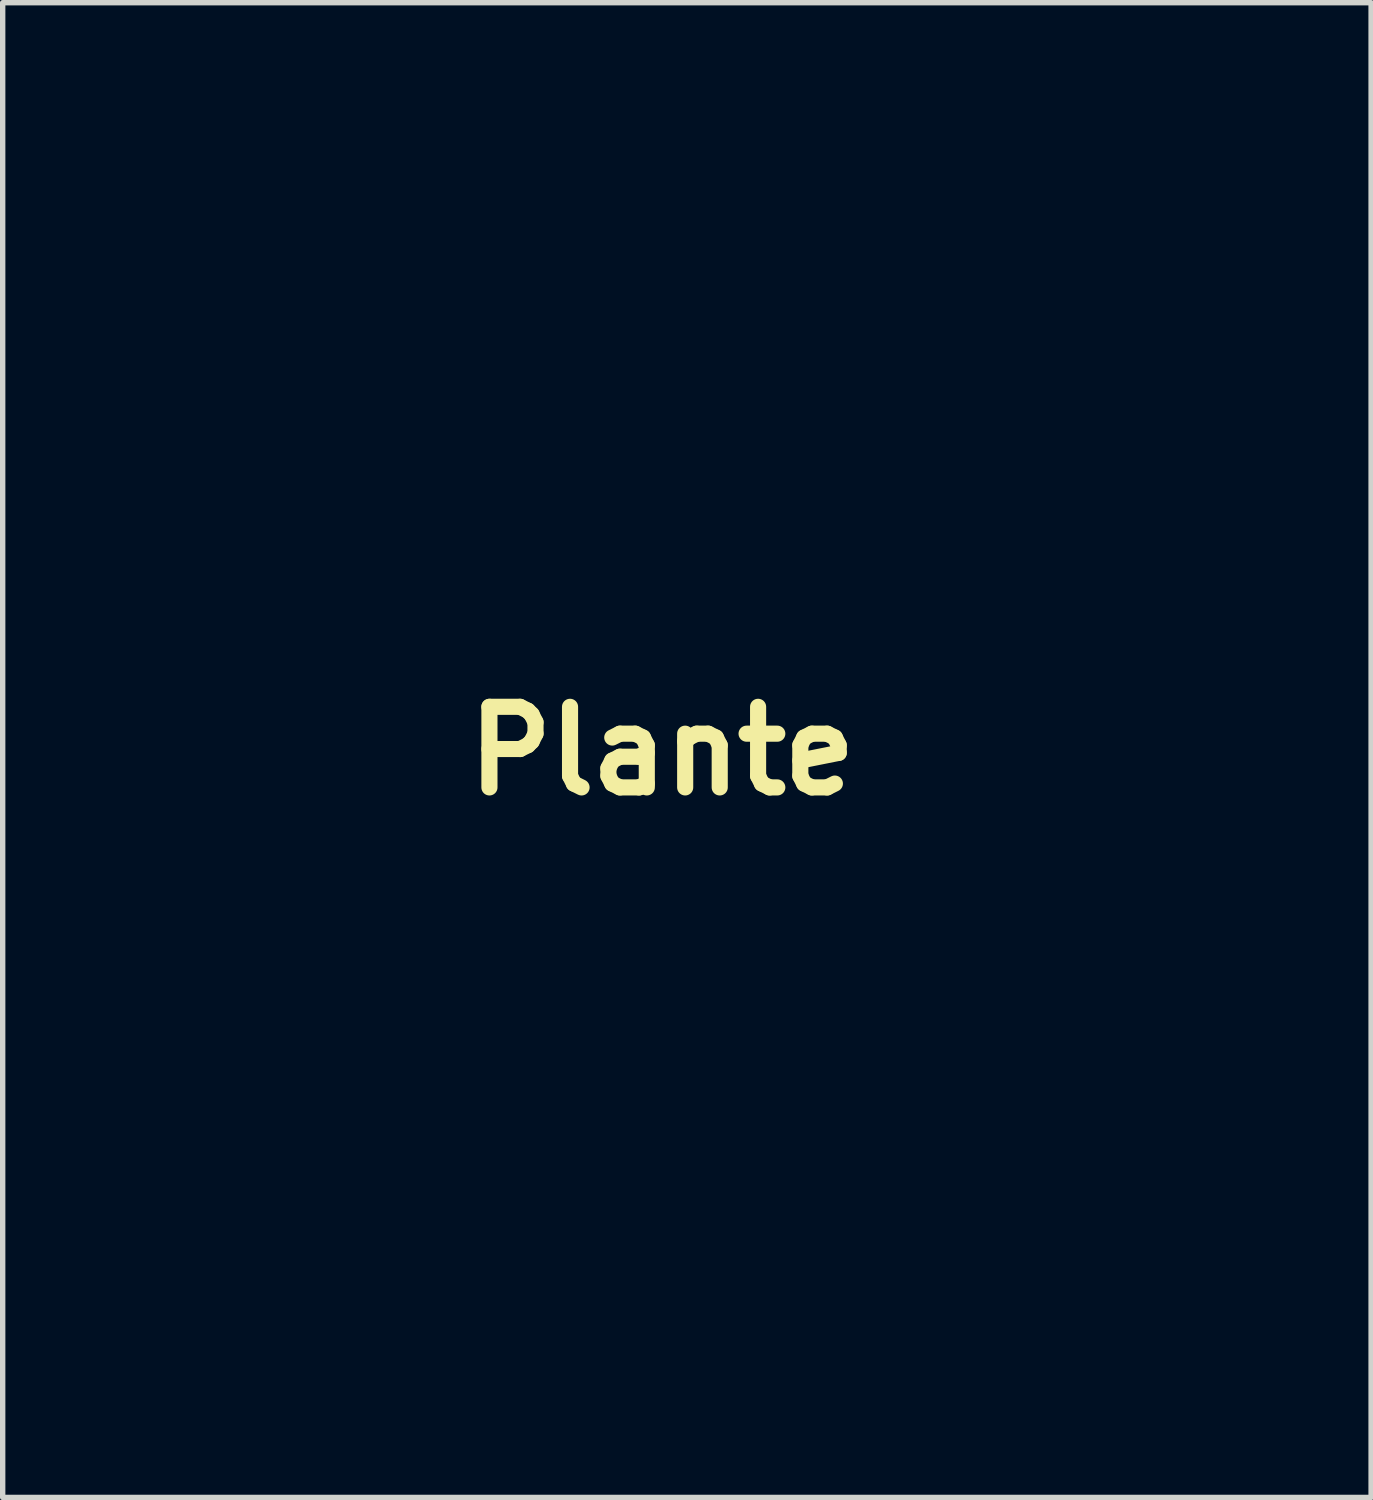
<source format=kicad_pcb>
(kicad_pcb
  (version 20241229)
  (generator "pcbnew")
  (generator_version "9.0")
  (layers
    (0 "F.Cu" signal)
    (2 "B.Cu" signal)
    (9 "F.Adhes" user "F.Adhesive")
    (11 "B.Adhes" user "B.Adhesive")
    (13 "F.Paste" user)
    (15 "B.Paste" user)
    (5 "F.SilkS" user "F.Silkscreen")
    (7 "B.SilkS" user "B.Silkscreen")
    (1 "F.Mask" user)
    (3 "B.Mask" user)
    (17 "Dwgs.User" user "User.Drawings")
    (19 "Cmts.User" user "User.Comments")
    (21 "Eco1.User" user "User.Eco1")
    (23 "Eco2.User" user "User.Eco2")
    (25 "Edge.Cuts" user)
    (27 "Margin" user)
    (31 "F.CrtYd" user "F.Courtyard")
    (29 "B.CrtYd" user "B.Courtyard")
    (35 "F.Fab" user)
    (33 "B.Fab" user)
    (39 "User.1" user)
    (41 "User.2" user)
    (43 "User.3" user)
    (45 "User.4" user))
  (footprint "Plante"
    (layer "F.Cu")
    (at 9.273 10.926)
    (property "Reference" "Plante" (at 0 0 0) (layer "F.SilkS") (effects (font (size 1.5 1.5) (thickness 0.3))))
    (attr board_only exclude_from_pos_files exclude_from_bom)
    (fp_poly (pts (xy 1.581 -4.195) (xy 1.584 -4.164) (xy 1.581 -4.161) (xy 1.565 -4.164) (xy 1.563 -4.178) (xy 1.573 -4.199)) (stroke (width 0) (type solid)) (fill yes) (layer "F.Mask"))
    (fp_poly (pts (xy 5.81 0.726) (xy 5.806 0.741) (xy 5.793 0.743) (xy 5.771 0.734) (xy 5.775 0.726) (xy 5.806 0.723)) (stroke (width 0) (type solid)) (fill yes) (layer "F.Mask"))
    (fp_poly (pts (xy 1.607 -4.351) (xy 1.611 -4.286) (xy 1.607 -4.261) (xy 1.599 -4.253) (xy 1.595 -4.289) (xy 1.595 -4.306) (xy 1.598 -4.353) (xy 1.604 -4.358)) (stroke (width 0) (type solid)) (fill yes) (layer "F.Mask"))
    (fp_poly (pts (xy 1.631 -4.509) (xy 1.632 -4.504) (xy 1.636 -4.448) (xy 1.632 -4.427) (xy 1.623 -4.426) (xy 1.62 -4.466) (xy 1.62 -4.473) (xy 1.623 -4.512)) (stroke (width 0) (type solid)) (fill yes) (layer "F.Mask"))
    (fp_poly (pts (xy 5.377 -2.941) (xy 5.375 -2.915) (xy 5.343 -2.862) (xy 5.329 -2.843) (xy 5.272 -2.782) (xy 5.22 -2.77) (xy 5.194 -2.786) (xy 5.198 -2.813) (xy 5.23 -2.857) (xy 5.275 -2.903) (xy 5.321 -2.938) (xy 5.349 -2.948)) (stroke (width 0) (type solid)) (fill yes) (layer "F.Mask"))
    (fp_poly (pts (xy 5.69 0.791) (xy 5.642 0.82) (xy 5.619 0.833) (xy 5.544 0.873) (xy 5.449 0.926) (xy 5.379 0.966) (xy 5.291 1.017) (xy 5.237 1.043) (xy 5.211 1.048) (xy 5.204 1.034) (xy 5.204 1.032) (xy 5.225 1.014) (xy 5.281 0.98) (xy 5.361 0.936) (xy 5.452 0.889) (xy 5.543 0.843) (xy 5.623 0.805) (xy 5.681 0.78) (xy 5.705 0.775)) (stroke (width 0) (type solid)) (fill yes) (layer "F.Mask"))
    (fp_poly (pts (xy 2.07 1.964) (xy 2.126 2.004) (xy 2.163 2.033) (xy 2.262 2.117) (xy 2.164 2.295) (xy 2.102 2.408) (xy 2.035 2.53) (xy 1.981 2.627) (xy 1.926 2.727) (xy 1.873 2.827) (xy 1.84 2.89) (xy 1.804 2.954) (xy 1.776 2.993) (xy 1.767 2.999) (xy 1.76 2.975) (xy 1.754 2.91) (xy 1.749 2.814) (xy 1.747 2.705) (xy 1.743 2.411) (xy 1.875 2.179) (xy 1.932 2.083) (xy 1.983 2.007) (xy 2.02 1.959) (xy 2.035 1.948)) (stroke (width 0) (type solid)) (fill yes) (layer "F.Mask"))
    (fp_poly (pts (xy 6.408 -4.043) (xy 6.381 -4.006) (xy 6.328 -3.945) (xy 6.252 -3.863) (xy 6.156 -3.761) (xy 6.141 -3.746) (xy 6.037 -3.639) (xy 5.937 -3.533) (xy 5.85 -3.441) (xy 5.786 -3.371) (xy 5.774 -3.358) (xy 5.702 -3.276) (xy 5.63 -3.194) (xy 5.596 -3.155) (xy 5.54 -3.101) (xy 5.507 -3.091) (xy 5.5 -3.098) (xy 5.507 -3.133) (xy 5.551 -3.199) (xy 5.63 -3.293) (xy 5.741 -3.414) (xy 5.881 -3.558) (xy 6.049 -3.723) (xy 6.242 -3.906) (xy 6.312 -3.971) (xy 6.376 -4.028) (xy 6.407 -4.051)) (stroke (width 0) (type solid)) (fill yes) (layer "F.Mask"))
    (fp_poly (pts (xy 1.561 -4.059) (xy 1.558 -4.008) (xy 1.547 -3.924) (xy 1.53 -3.822) (xy 1.527 -3.803) (xy 1.507 -3.687) (xy 1.483 -3.544) (xy 1.46 -3.395) (xy 1.448 -3.319) (xy 1.427 -3.178) (xy 1.403 -3.031) (xy 1.38 -2.901) (xy 1.37 -2.842) (xy 1.352 -2.739) (xy 1.339 -2.647) (xy 1.333 -2.585) (xy 1.333 -2.581) (xy 1.323 -2.526) (xy 1.301 -2.495) (xy 1.276 -2.501) (xy 1.272 -2.506) (xy 1.271 -2.539) (xy 1.279 -2.609) (xy 1.294 -2.701) (xy 1.297 -2.718) (xy 1.314 -2.81) (xy 1.338 -2.938) (xy 1.366 -3.09) (xy 1.395 -3.251) (xy 1.412 -3.345) (xy 1.455 -3.586) (xy 1.491 -3.777) (xy 1.519 -3.919) (xy 1.54 -4.015) (xy 1.553 -4.063) (xy 1.56 -4.067)) (stroke (width 0) (type solid)) (fill yes) (layer "F.Mask"))
    (fp_poly (pts (xy -0.116 -6.043) (xy -0.102 -6.022) (xy -0.091 -5.979) (xy -0.08 -5.906) (xy -0.069 -5.798) (xy -0.056 -5.647) (xy -0.052 -5.6) (xy -0.039 -5.443) (xy -0.025 -5.275) (xy -0.011 -5.117) (xy -0.001 -5.011) (xy 0.015 -4.827) (xy 0.031 -4.627) (xy 0.047 -4.416) (xy 0.062 -4.201) (xy 0.076 -3.988) (xy 0.089 -3.784) (xy 0.099 -3.595) (xy 0.107 -3.427) (xy 0.113 -3.287) (xy 0.116 -3.181) (xy 0.115 -3.115) (xy 0.112 -3.096) (xy 0.079 -3.079) (xy 0.05 -3.076) (xy 0.016 -3.086) (xy 0.002 -3.125) (xy -0.001 -3.172) (xy -0.003 -3.285) (xy -0.009 -3.442) (xy -0.017 -3.634) (xy -0.027 -3.855) (xy -0.038 -4.097) (xy -0.051 -4.351) (xy -0.065 -4.611) (xy -0.079 -4.868) (xy -0.093 -5.116) (xy -0.107 -5.346) (xy -0.12 -5.55) (xy -0.132 -5.722) (xy -0.143 -5.853) (xy -0.144 -5.863) (xy -0.15 -5.97) (xy -0.146 -6.031) (xy -0.132 -6.049)) (stroke (width 0) (type solid)) (fill yes) (layer "F.Mask"))
    (fp_poly (pts (xy -2.093 2.033) (xy -2.068 2.087) (xy -2.042 2.183) (xy -2.027 2.252) (xy -2 2.37) (xy -1.976 2.478) (xy -1.956 2.562) (xy -1.949 2.589) (xy -1.936 2.646) (xy -1.918 2.736) (xy -1.893 2.863) (xy -1.862 3.03) (xy -1.824 3.241) (xy -1.782 3.473) (xy -1.761 3.595) (xy -1.737 3.742) (xy -1.713 3.888) (xy -1.706 3.934) (xy -1.687 4.054) (xy -1.663 4.208) (xy -1.636 4.377) (xy -1.609 4.546) (xy -1.6 4.601) (xy -1.558 4.871) (xy -1.525 5.093) (xy -1.501 5.266) (xy -1.487 5.39) (xy -1.483 5.463) (xy -1.484 5.476) (xy -1.508 5.491) (xy -1.567 5.5) (xy -1.645 5.504) (xy -1.725 5.502) (xy -1.792 5.494) (xy -1.822 5.484) (xy -1.838 5.451) (xy -1.854 5.378) (xy -1.868 5.277) (xy -1.874 5.225) (xy -1.916 4.758) (xy -1.959 4.335) (xy -2.003 3.946) (xy -2.048 3.583) (xy -2.097 3.239) (xy -2.149 2.904) (xy -2.207 2.571) (xy -2.208 2.566) (xy -2.288 2.12) (xy -2.227 2.074) (xy -2.167 2.032) (xy -2.124 2.017)) (stroke (width 0) (type solid)) (fill yes) (layer "F.Mask"))
    (fp_poly (pts (xy 0.499 1.027) (xy 0.603 1.041) (xy 0.693 1.061) (xy 0.718 1.069) (xy 0.852 1.13) (xy 0.974 1.213) (xy 1.093 1.327) (xy 1.206 1.461) (xy 1.392 1.722) (xy 1.53 1.979) (xy 1.623 2.239) (xy 1.674 2.51) (xy 1.686 2.798) (xy 1.686 2.802) (xy 1.683 2.924) (xy 1.679 3.001) (xy 1.674 3.038) (xy 1.666 3.042) (xy 1.653 3.018) (xy 1.642 2.989) (xy 1.61 2.921) (xy 1.578 2.873) (xy 1.572 2.867) (xy 1.536 2.853) (xy 1.459 2.834) (xy 1.352 2.811) (xy 1.225 2.788) (xy 1.178 2.78) (xy 1.029 2.754) (xy 0.917 2.731) (xy 0.829 2.707) (xy 0.752 2.677) (xy 0.671 2.637) (xy 0.602 2.599) (xy 0.47 2.515) (xy 0.333 2.409) (xy 0.202 2.292) (xy 0.088 2.175) (xy 0.001 2.066) (xy -0.033 2.011) (xy -0.064 1.931) (xy -0.093 1.828) (xy -0.107 1.759) (xy -0.133 1.587) (xy -0.147 1.46) (xy -0.147 1.371) (xy -0.132 1.312) (xy -0.098 1.277) (xy -0.044 1.261) (xy 0.033 1.256) (xy 0.065 1.256) (xy 0.231 1.256) (xy 0.231 1.155) (xy 0.237 1.086) (xy 0.254 1.041) (xy 0.259 1.036) (xy 0.31 1.024) (xy 0.396 1.021)) (stroke (width 0) (type solid)) (fill yes) (layer "F.Mask"))
    (fp_poly (pts (xy -4.205 -4.201) (xy -4.204 -4.158) (xy -4.204 -4.136) (xy -4.184 -3.99) (xy -4.129 -3.835) (xy -4.061 -3.711) (xy -4.025 -3.642) (xy -4.002 -3.577) (xy -3.997 -3.528) (xy -4.011 -3.511) (xy -4.049 -3.504) (xy -4.123 -3.484) (xy -4.224 -3.455) (xy -4.337 -3.42) (xy -4.453 -3.384) (xy -4.559 -3.349) (xy -4.643 -3.32) (xy -4.69 -3.302) (xy -4.773 -3.256) (xy -4.845 -3.199) (xy -4.864 -3.178) (xy -4.912 -3.089) (xy -4.947 -2.964) (xy -4.967 -2.822) (xy -4.968 -2.704) (xy -4.967 -2.625) (xy -4.979 -2.58) (xy -5.009 -2.553) (xy -5.025 -2.544) (xy -5.092 -2.52) (xy -5.14 -2.512) (xy -5.187 -2.505) (xy -5.269 -2.486) (xy -5.371 -2.46) (xy -5.42 -2.446) (xy -5.724 -2.333) (xy -5.995 -2.182) (xy -6.235 -1.99) (xy -6.443 -1.758) (xy -6.622 -1.484) (xy -6.638 -1.454) (xy -6.746 -1.255) (xy -7.032 -1.275) (xy -7.173 -1.282) (xy -7.344 -1.289) (xy -7.522 -1.293) (xy -7.676 -1.294) (xy -7.827 -1.293) (xy -7.937 -1.289) (xy -8.014 -1.282) (xy -8.071 -1.269) (xy -8.115 -1.251) (xy -8.121 -1.247) (xy -8.207 -1.201) (xy -8.189 -1.337) (xy -8.158 -1.544) (xy -8.121 -1.763) (xy -8.08 -1.986) (xy -8.036 -2.205) (xy -7.991 -2.413) (xy -7.946 -2.6) (xy -7.905 -2.758) (xy -7.867 -2.878) (xy -7.846 -2.934) (xy -7.812 -3.005) (xy -7.783 -3.039) (xy -7.748 -3.046) (xy -7.721 -3.042) (xy -7.673 -3.031) (xy -7.584 -3.011) (xy -7.467 -2.984) (xy -7.331 -2.952) (xy -7.253 -2.934) (xy -6.952 -2.873) (xy -6.688 -2.841) (xy -6.458 -2.838) (xy -6.258 -2.864) (xy -6.19 -2.882) (xy -5.891 -2.969) (xy -5.636 -3.047) (xy -5.421 -3.117) (xy -5.242 -3.181) (xy -5.092 -3.243) (xy -4.967 -3.304) (xy -4.863 -3.367) (xy -4.774 -3.435) (xy -4.696 -3.51) (xy -4.623 -3.595) (xy -4.551 -3.691) (xy -4.527 -3.725) (xy -4.455 -3.83) (xy -4.389 -3.929) (xy -4.338 -4.009) (xy -4.316 -4.047) (xy -4.262 -4.142) (xy -4.229 -4.197) (xy -4.212 -4.216)) (stroke (width 0) (type solid)) (fill yes) (layer "F.Mask"))
    (fp_poly (pts (xy 8.096 -5.462) (xy 8.205 -5.455) (xy 8.395 -5.434) (xy 8.561 -5.405) (xy 8.715 -5.363) (xy 8.866 -5.303) (xy 9.027 -5.222) (xy 9.207 -5.115) (xy 9.368 -5.011) (xy 9.517 -4.915) (xy 9.63 -4.844) (xy 9.716 -4.795) (xy 9.781 -4.764) (xy 9.832 -4.747) (xy 9.878 -4.742) (xy 9.886 -4.742) (xy 9.944 -4.754) (xy 10.016 -4.786) (xy 10.084 -4.827) (xy 10.134 -4.868) (xy 10.15 -4.896) (xy 10.17 -4.92) (xy 10.177 -4.921) (xy 10.194 -4.904) (xy 10.181 -4.855) (xy 10.14 -4.782) (xy 10.077 -4.691) (xy 9.996 -4.586) (xy 9.901 -4.476) (xy 9.797 -4.365) (xy 9.753 -4.323) (xy 9.526 -4.123) (xy 9.279 -3.942) (xy 9.026 -3.79) (xy 8.777 -3.671) (xy 8.625 -3.616) (xy 8.524 -3.585) (xy 8.431 -3.557) (xy 8.368 -3.537) (xy 8.223 -3.501) (xy 8.05 -3.473) (xy 7.862 -3.453) (xy 7.671 -3.443) (xy 7.489 -3.442) (xy 7.328 -3.451) (xy 7.201 -3.471) (xy 7.163 -3.482) (xy 7.032 -3.537) (xy 6.894 -3.614) (xy 6.759 -3.703) (xy 6.64 -3.797) (xy 6.547 -3.887) (xy 6.499 -3.953) (xy 6.467 -4.049) (xy 6.479 -4.14) (xy 6.538 -4.237) (xy 6.549 -4.25) (xy 6.593 -4.315) (xy 6.611 -4.37) (xy 6.602 -4.402) (xy 6.581 -4.407) (xy 6.525 -4.406) (xy 6.477 -4.427) (xy 6.419 -4.478) (xy 6.395 -4.504) (xy 6.335 -4.571) (xy 6.31 -4.619) (xy 6.316 -4.662) (xy 6.342 -4.707) (xy 6.375 -4.739) (xy 6.428 -4.766) (xy 6.508 -4.791) (xy 6.621 -4.814) (xy 6.773 -4.838) (xy 6.94 -4.859) (xy 7.096 -4.877) (xy 7.215 -4.886) (xy 7.311 -4.886) (xy 7.396 -4.879) (xy 7.45 -4.871) (xy 7.617 -4.833) (xy 7.743 -4.778) (xy 7.839 -4.701) (xy 7.913 -4.591) (xy 7.972 -4.458) (xy 8.019 -4.351) (xy 8.063 -4.294) (xy 8.105 -4.284) (xy 8.131 -4.301) (xy 8.142 -4.343) (xy 8.14 -4.427) (xy 8.126 -4.546) (xy 8.101 -4.692) (xy 8.065 -4.859) (xy 8.062 -4.87) (xy 8.016 -5.068) (xy 7.982 -5.221) (xy 7.961 -5.331) (xy 7.951 -5.403) (xy 7.953 -5.44) (xy 7.953 -5.442) (xy 7.971 -5.457) (xy 8.016 -5.464)) (stroke (width 0) (type solid)) (fill yes) (layer "F.Mask"))
    (fp_poly (pts (xy -2.125 0.159) (xy -2.01 0.166) (xy -1.9 0.179) (xy -1.826 0.197) (xy -1.775 0.224) (xy -1.751 0.246) (xy -1.69 0.307) (xy -1.741 0.406) (xy -1.771 0.487) (xy -1.76 0.538) (xy -1.708 0.561) (xy -1.667 0.564) (xy -1.578 0.575) (xy -1.482 0.602) (xy -1.398 0.638) (xy -1.345 0.676) (xy -1.342 0.68) (xy -1.319 0.719) (xy -1.311 0.762) (xy -1.319 0.82) (xy -1.344 0.903) (xy -1.39 1.022) (xy -1.392 1.028) (xy -1.438 1.144) (xy -1.482 1.259) (xy -1.518 1.353) (xy -1.525 1.371) (xy -1.605 1.519) (xy -1.735 1.665) (xy -1.91 1.807) (xy -2.13 1.942) (xy -2.391 2.069) (xy -2.399 2.072) (xy -2.61 2.156) (xy -2.794 2.212) (xy -2.966 2.242) (xy -3.14 2.25) (xy -3.252 2.245) (xy -3.476 2.229) (xy -3.655 2.217) (xy -3.793 2.21) (xy -3.898 2.208) (xy -3.975 2.212) (xy -4.029 2.223) (xy -4.066 2.242) (xy -4.093 2.27) (xy -4.114 2.307) (xy -4.135 2.355) (xy -4.143 2.372) (xy -4.178 2.446) (xy -4.204 2.497) (xy -4.215 2.512) (xy -4.218 2.489) (xy -4.217 2.43) (xy -4.214 2.384) (xy -4.187 2.193) (xy -4.133 1.975) (xy -4.11 1.907) (xy -3.814 1.907) (xy -3.793 1.906) (xy -3.733 1.872) (xy -3.637 1.805) (xy -3.503 1.703) (xy -3.473 1.679) (xy -3.287 1.534) (xy -3.089 1.385) (xy -2.887 1.237) (xy -2.686 1.095) (xy -2.494 0.962) (xy -2.315 0.843) (xy -2.158 0.743) (xy -2.028 0.666) (xy -1.931 0.616) (xy -1.93 0.616) (xy -1.865 0.578) (xy -1.835 0.544) (xy -1.843 0.522) (xy -1.89 0.519) (xy -1.913 0.524) (xy -2.059 0.575) (xy -2.235 0.663) (xy -2.44 0.784) (xy -2.668 0.938) (xy -2.918 1.121) (xy -3.187 1.331) (xy -3.47 1.568) (xy -3.51 1.602) (xy -3.645 1.722) (xy -3.741 1.814) (xy -3.797 1.876) (xy -3.814 1.907) (xy -4.11 1.907) (xy -4.058 1.746) (xy -3.966 1.518) (xy -3.863 1.307) (xy -3.757 1.128) (xy -3.638 0.976) (xy -3.483 0.813) (xy -3.303 0.647) (xy -3.11 0.49) (xy -2.913 0.35) (xy -2.758 0.255) (xy -2.663 0.207) (xy -2.576 0.179) (xy -2.474 0.164) (xy -2.408 0.159) (xy -2.274 0.156)) (stroke (width 0) (type solid)) (fill yes) (layer "F.Mask"))
    (fp_poly (pts (xy 1.928 -1.311) (xy 2.049 -1.307) (xy 2.202 -1.083) (xy 2.301 -0.948) (xy 2.404 -0.831) (xy 2.519 -0.727) (xy 2.655 -0.629) (xy 2.82 -0.531) (xy 3.022 -0.426) (xy 3.109 -0.384) (xy 3.25 -0.318) (xy 3.399 -0.253) (xy 3.538 -0.195) (xy 3.643 -0.155) (xy 3.787 -0.107) (xy 3.922 -0.066) (xy 4.059 -0.032) (xy 4.209 -0.000064) (xy 4.384 0.031) (xy 4.593 0.063) (xy 4.69 0.077) (xy 4.785 0.093) (xy 4.858 0.108) (xy 4.897 0.121) (xy 4.899 0.123) (xy 4.914 0.157) (xy 4.941 0.23) (xy 4.974 0.334) (xy 5.012 0.459) (xy 5.046 0.577) (xy 5.098 0.8) (xy 5.135 1.043) (xy 5.156 1.294) (xy 5.161 1.54) (xy 5.15 1.766) (xy 5.121 1.96) (xy 5.115 1.986) (xy 5.09 2.078) (xy 5.068 2.151) (xy 5.051 2.19) (xy 5.051 2.191) (xy 5.034 2.225) (xy 5.006 2.296) (xy 4.972 2.392) (xy 4.948 2.461) (xy 4.877 2.659) (xy 4.8 2.859) (xy 4.719 3.053) (xy 4.64 3.233) (xy 4.563 3.392) (xy 4.494 3.521) (xy 4.436 3.615) (xy 4.406 3.652) (xy 4.373 3.683) (xy 4.36 3.677) (xy 4.356 3.629) (xy 4.356 3.613) (xy 4.349 3.539) (xy 4.325 3.469) (xy 4.282 3.4) (xy 4.213 3.327) (xy 4.114 3.246) (xy 3.982 3.152) (xy 3.81 3.04) (xy 3.725 2.986) (xy 3.599 2.906) (xy 3.469 2.824) (xy 3.352 2.75) (xy 3.275 2.7) (xy 3.193 2.648) (xy 3.129 2.609) (xy 3.094 2.59) (xy 3.091 2.589) (xy 3.059 2.574) (xy 2.992 2.533) (xy 2.897 2.47) (xy 2.779 2.389) (xy 2.644 2.295) (xy 2.498 2.191) (xy 2.348 2.083) (xy 2.2 1.975) (xy 2.059 1.87) (xy 1.932 1.774) (xy 1.825 1.69) (xy 1.796 1.667) (xy 1.551 1.459) (xy 1.346 1.264) (xy 1.174 1.072) (xy 1.026 0.873) (xy 0.898 0.657) (xy 0.781 0.415) (xy 0.668 0.138) (xy 0.65 0.09) (xy 0.624 -0.001) (xy 0.609 -0.11) (xy 0.603 -0.253) (xy 0.602 -0.308) (xy 0.603 -0.43) (xy 0.608 -0.517) (xy 0.62 -0.583) (xy 0.642 -0.643) (xy 0.676 -0.713) (xy 0.69 -0.739) (xy 0.819 -0.924) (xy 0.986 -1.075) (xy 1.166 -1.18) (xy 1.31 -1.24) (xy 1.445 -1.281) (xy 1.585 -1.304) (xy 1.746 -1.313)) (stroke (width 0) (type solid)) (fill yes) (layer "F.Mask"))
    (fp_poly (pts (xy 0.308 5.562) (xy 0.685 5.562) (xy 1.017 5.563) (xy 1.306 5.564) (xy 1.555 5.565) (xy 1.767 5.567) (xy 1.944 5.569) (xy 2.089 5.571) (xy 2.205 5.574) (xy 2.295 5.578) (xy 2.362 5.582) (xy 2.407 5.586) (xy 2.435 5.592) (xy 2.447 5.597) (xy 2.462 5.61) (xy 2.473 5.631) (xy 2.481 5.664) (xy 2.485 5.717) (xy 2.487 5.797) (xy 2.486 5.908) (xy 2.483 6.058) (xy 2.478 6.242) (xy 2.448 6.908) (xy 2.396 7.536) (xy 2.321 8.134) (xy 2.221 8.711) (xy 2.096 9.274) (xy 2.055 9.432) (xy 1.994 9.65) (xy 1.92 9.887) (xy 1.84 10.128) (xy 1.757 10.356) (xy 1.679 10.557) (xy 1.647 10.631) (xy 1.601 10.735) (xy 1.566 10.801) (xy 1.536 10.839) (xy 1.503 10.859) (xy 1.457 10.87) (xy 1.447 10.872) (xy 1.397 10.877) (xy 1.302 10.88) (xy 1.169 10.884) (xy 1.003 10.886) (xy 0.81 10.888) (xy 0.595 10.89) (xy 0.363 10.891) (xy 0.12 10.891) (xy -0.128 10.891) (xy -0.376 10.89) (xy -0.62 10.889) (xy -0.852 10.888) (xy -1.068 10.885) (xy -1.263 10.883) (xy -1.43 10.879) (xy -1.565 10.876) (xy -1.662 10.872) (xy -1.716 10.867) (xy -1.724 10.865) (xy -1.769 10.818) (xy -1.823 10.726) (xy -1.886 10.594) (xy -1.954 10.428) (xy -2.025 10.233) (xy -2.099 10.014) (xy -2.174 9.776) (xy -2.246 9.524) (xy -2.315 9.264) (xy -2.371 9.035) (xy -2.405 8.89) (xy -2.43 8.774) (xy -2.451 8.673) (xy -2.47 8.568) (xy -2.49 8.444) (xy -2.511 8.304) (xy -2.533 8.159) (xy -2.555 8.015) (xy -2.574 7.888) (xy -2.589 7.796) (xy -2.589 7.792) (xy -2.608 7.651) (xy -2.627 7.47) (xy -2.645 7.256) (xy -2.662 7.021) (xy -2.678 6.773) (xy -2.692 6.523) (xy -2.702 6.28) (xy -2.705 6.187) (xy -2.71 6.005) (xy -2.712 5.868) (xy -2.712 5.767) (xy -2.709 5.698) (xy -2.703 5.652) (xy -2.693 5.623) (xy -2.679 5.604) (xy -2.679 5.604) (xy -2.669 5.597) (xy -2.651 5.591) (xy -2.623 5.586) (xy -2.582 5.581) (xy -2.525 5.577) (xy -2.448 5.573) (xy -2.349 5.57) (xy -2.225 5.568) (xy -2.072 5.566) (xy -1.888 5.565) (xy -1.669 5.564) (xy -1.414 5.563) (xy -1.118 5.562) (xy -0.778 5.562) (xy -0.392 5.562) (xy -0.118 5.562)) (stroke (width 0) (type solid)) (fill yes) (layer "F.Mask"))
    (fp_poly (pts (xy 7.733 -0.378) (xy 7.792 -0.368) (xy 7.845 -0.351) (xy 7.904 -0.325) (xy 8.027 -0.25) (xy 8.163 -0.135) (xy 8.305 0.012) (xy 8.446 0.186) (xy 8.508 0.273) (xy 8.619 0.434) (xy 8.731 0.6) (xy 8.84 0.764) (xy 8.941 0.917) (xy 9.029 1.053) (xy 9.099 1.163) (xy 9.147 1.241) (xy 9.155 1.256) (xy 9.264 1.487) (xy 9.348 1.734) (xy 9.399 1.976) (xy 9.406 2.031) (xy 9.417 2.16) (xy 9.424 2.315) (xy 9.428 2.482) (xy 9.429 2.65) (xy 9.427 2.807) (xy 9.422 2.941) (xy 9.414 3.04) (xy 9.41 3.063) (xy 9.391 3.165) (xy 9.374 3.061) (xy 9.333 2.955) (xy 9.252 2.85) (xy 9.142 2.758) (xy 9.073 2.717) (xy 9.038 2.7) (xy 8.998 2.688) (xy 8.948 2.679) (xy 8.88 2.673) (xy 8.787 2.669) (xy 8.662 2.667) (xy 8.497 2.666) (xy 8.355 2.666) (xy 8.089 2.664) (xy 7.866 2.656) (xy 7.679 2.642) (xy 7.522 2.618) (xy 7.386 2.582) (xy 7.264 2.533) (xy 7.149 2.469) (xy 7.034 2.387) (xy 6.91 2.286) (xy 6.881 2.26) (xy 6.697 2.092) (xy 6.553 1.939) (xy 6.442 1.792) (xy 6.358 1.644) (xy 6.296 1.486) (xy 6.267 1.384) (xy 6.237 1.273) (xy 6.2 1.141) (xy 6.163 1.018) (xy 6.163 1.017) (xy 6.117 0.847) (xy 6.102 0.712) (xy 6.119 0.608) (xy 6.168 0.527) (xy 6.252 0.464) (xy 6.306 0.438) (xy 6.406 0.404) (xy 6.526 0.378) (xy 6.609 0.367) (xy 6.779 0.353) (xy 6.984 0.508) (xy 7.156 0.644) (xy 7.355 0.816) (xy 7.584 1.024) (xy 7.841 1.269) (xy 8.129 1.552) (xy 8.449 1.873) (xy 8.545 1.971) (xy 8.669 2.096) (xy 8.763 2.186) (xy 8.828 2.243) (xy 8.862 2.265) (xy 8.864 2.251) (xy 8.832 2.2) (xy 8.803 2.16) (xy 8.723 2.059) (xy 8.613 1.929) (xy 8.48 1.778) (xy 8.331 1.614) (xy 8.173 1.442) (xy 8.011 1.272) (xy 7.854 1.11) (xy 7.843 1.099) (xy 7.598 0.861) (xy 7.375 0.664) (xy 7.174 0.508) (xy 6.999 0.394) (xy 6.922 0.355) (xy 6.896 0.341) (xy 7.407 0.341) (xy 7.429 0.394) (xy 7.489 0.425) (xy 7.579 0.43) (xy 7.689 0.409) (xy 7.764 0.389) (xy 7.863 0.366) (xy 7.943 0.35) (xy 8.059 0.32) (xy 8.126 0.284) (xy 8.145 0.24) (xy 8.118 0.186) (xy 8.112 0.179) (xy 8.011 0.103) (xy 7.885 0.062) (xy 7.749 0.057) (xy 7.628 0.087) (xy 7.558 0.13) (xy 7.49 0.195) (xy 7.435 0.267) (xy 7.408 0.33) (xy 7.407 0.341) (xy 6.896 0.341) (xy 6.843 0.312) (xy 6.809 0.277) (xy 6.809 0.256) (xy 6.817 0.213) (xy 6.825 0.135) (xy 6.831 0.036) (xy 6.832 0.02) (xy 6.841 -0.105) (xy 6.862 -0.2) (xy 6.899 -0.27) (xy 6.961 -0.317) (xy 7.052 -0.348) (xy 7.18 -0.367) (xy 7.351 -0.377) (xy 7.412 -0.379) (xy 7.555 -0.382) (xy 7.658 -0.383)) (stroke (width 0) (type solid)) (fill yes) (layer "F.Mask"))
    (fp_poly (pts (xy -4.97 -2.468) (xy -4.969 -2.467) (xy -4.959 -2.436) (xy -4.948 -2.363) (xy -4.935 -2.261) (xy -4.924 -2.139) (xy -4.924 -2.133) (xy -4.911 -1.992) (xy -4.897 -1.888) (xy -4.878 -1.805) (xy -4.851 -1.727) (xy -4.813 -1.64) (xy -4.804 -1.622) (xy -4.729 -1.487) (xy -4.638 -1.364) (xy -4.526 -1.245) (xy -4.414 -1.14) (xy -4.281 -1.027) (xy -4.14 -0.913) (xy -4.001 -0.808) (xy -3.874 -0.719) (xy -3.77 -0.655) (xy -3.748 -0.643) (xy -3.581 -0.575) (xy -3.403 -0.533) (xy -3.205 -0.519) (xy -2.98 -0.532) (xy -2.721 -0.571) (xy -2.631 -0.589) (xy -2.523 -0.609) (xy -2.434 -0.624) (xy -2.375 -0.63) (xy -2.359 -0.628) (xy -2.337 -0.598) (xy -2.311 -0.54) (xy -2.308 -0.532) (xy -2.279 -0.459) (xy -2.254 -0.398) (xy -2.253 -0.397) (xy -2.222 -0.322) (xy -2.186 -0.229) (xy -2.15 -0.132) (xy -2.119 -0.043) (xy -2.096 0.027) (xy -2.085 0.066) (xy -2.086 0.069) (xy -2.107 0.062) (xy -2.137 0.011) (xy -2.172 -0.076) (xy -2.19 -0.128) (xy -2.23 -0.241) (xy -2.271 -0.324) (xy -2.306 -0.369) (xy -2.33 -0.373) (xy -2.343 -0.343) (xy -2.355 -0.276) (xy -2.364 -0.193) (xy -2.387 -0.051) (xy -2.427 0.046) (xy -2.485 0.096) (xy -2.523 0.103) (xy -2.591 0.118) (xy -2.691 0.16) (xy -2.814 0.225) (xy -2.951 0.308) (xy -3.096 0.404) (xy -3.133 0.431) (xy -3.375 0.625) (xy -3.593 0.84) (xy -3.775 1.064) (xy -3.819 1.128) (xy -3.893 1.24) (xy -3.948 1.316) (xy -3.993 1.365) (xy -4.038 1.393) (xy -4.09 1.408) (xy -4.16 1.418) (xy -4.18 1.42) (xy -4.339 1.441) (xy -4.525 1.47) (xy -4.718 1.505) (xy -4.894 1.541) (xy -4.934 1.55) (xy -5.022 1.568) (xy -5.144 1.588) (xy -5.283 1.61) (xy -5.408 1.627) (xy -5.664 1.661) (xy -5.876 1.692) (xy -6.048 1.72) (xy -6.188 1.747) (xy -6.301 1.775) (xy -6.393 1.806) (xy -6.471 1.841) (xy -6.541 1.881) (xy -6.606 1.926) (xy -6.679 1.978) (xy -6.721 2.001) (xy -6.74 1.996) (xy -6.744 1.981) (xy -6.745 1.933) (xy -6.745 1.918) (xy -6.745 1.886) (xy -6.75 1.812) (xy -6.757 1.705) (xy -6.766 1.573) (xy -6.777 1.426) (xy -6.788 1.271) (xy -6.8 1.119) (xy -6.811 0.977) (xy -6.821 0.856) (xy -6.829 0.762) (xy -6.833 0.715) (xy -6.849 0.572) (xy -6.571 0.354) (xy -6.454 0.264) (xy -6.337 0.176) (xy -6.233 0.101) (xy -6.155 0.048) (xy -6.15 0.045) (xy -6.055 -0.019) (xy -5.995 -0.069) (xy -5.959 -0.115) (xy -5.938 -0.161) (xy -5.941 -0.217) (xy -5.985 -0.267) (xy -6.056 -0.299) (xy -6.121 -0.308) (xy -6.259 -0.292) (xy -6.414 -0.249) (xy -6.569 -0.186) (xy -6.707 -0.11) (xy -6.802 -0.035) (xy -6.876 0.038) (xy -6.861 -0.295) (xy -6.823 -0.672) (xy -6.748 -1.016) (xy -6.634 -1.326) (xy -6.483 -1.602) (xy -6.295 -1.843) (xy -6.072 -2.049) (xy -5.812 -2.218) (xy -5.517 -2.35) (xy -5.187 -2.445) (xy -5.166 -2.45) (xy -5.076 -2.466) (xy -5.006 -2.472)) (stroke (width 0) (type solid)) (fill yes) (layer "F.Mask"))
    (fp_poly (pts (xy 0.366 -3.011) (xy 0.462 -3.008) (xy 0.531 -3) (xy 0.586 -2.986) (xy 0.639 -2.962) (xy 0.69 -2.935) (xy 0.763 -2.886) (xy 0.86 -2.809) (xy 0.97 -2.713) (xy 1.084 -2.607) (xy 1.191 -2.502) (xy 1.281 -2.406) (xy 1.322 -2.358) (xy 1.386 -2.272) (xy 1.46 -2.168) (xy 1.533 -2.058) (xy 1.597 -1.959) (xy 1.641 -1.883) (xy 1.647 -1.871) (xy 1.684 -1.788) (xy 1.722 -1.687) (xy 1.757 -1.585) (xy 1.783 -1.497) (xy 1.794 -1.439) (xy 1.794 -1.434) (xy 1.771 -1.393) (xy 1.7 -1.367) (xy 1.581 -1.359) (xy 1.581 -1.359) (xy 1.494 -1.348) (xy 1.379 -1.32) (xy 1.253 -1.28) (xy 1.134 -1.235) (xy 1.039 -1.189) (xy 1.015 -1.174) (xy 0.854 -1.043) (xy 0.718 -0.889) (xy 0.634 -0.756) (xy 0.571 -0.585) (xy 0.54 -0.388) (xy 0.543 -0.181) (xy 0.58 0.024) (xy 0.585 0.04) (xy 0.711 0.402) (xy 0.869 0.73) (xy 1.065 1.035) (xy 1.081 1.058) (xy 1.151 1.159) (xy 1.189 1.232) (xy 1.194 1.272) (xy 1.178 1.289) (xy 1.149 1.279) (xy 1.096 1.236) (xy 1.067 1.21) (xy 0.997 1.149) (xy 0.934 1.1) (xy 0.904 1.08) (xy 0.786 1.03) (xy 0.651 0.991) (xy 0.512 0.966) (xy 0.386 0.957) (xy 0.288 0.968) (xy 0.27 0.974) (xy 0.196 1.013) (xy 0.162 1.066) (xy 0.154 1.134) (xy 0.151 1.175) (xy 0.133 1.196) (xy 0.088 1.204) (xy 0.016 1.205) (xy -0.079 1.211) (xy -0.141 1.237) (xy -0.178 1.29) (xy -0.198 1.381) (xy -0.205 1.448) (xy -0.218 1.607) (xy -0.308 1.576) (xy -0.466 1.512) (xy -0.638 1.429) (xy -0.81 1.335) (xy -0.973 1.236) (xy -1.113 1.138) (xy -1.219 1.05) (xy -1.239 1.03) (xy -1.284 0.975) (xy -1.296 0.935) (xy -1.284 0.901) (xy -1.252 0.797) (xy -1.268 0.702) (xy -1.328 0.621) (xy -1.428 0.56) (xy -1.496 0.539) (xy -1.598 0.513) (xy -1.658 0.49) (xy -1.683 0.464) (xy -1.682 0.427) (xy -1.667 0.387) (xy -1.648 0.324) (xy -1.659 0.274) (xy -1.678 0.24) (xy -1.735 0.181) (xy -1.796 0.145) (xy -1.869 0.091) (xy -1.906 0.027) (xy -1.954 -0.122) (xy -1.995 -0.296) (xy -2.022 -0.469) (xy -2.03 -0.56) (xy -2.038 -0.723) (xy -1.846 -0.772) (xy -1.708 -0.813) (xy -1.581 -0.865) (xy -1.457 -0.933) (xy -1.329 -1.021) (xy -1.19 -1.136) (xy -1.032 -1.281) (xy -0.872 -1.438) (xy -0.749 -1.56) (xy -0.631 -1.673) (xy -0.525 -1.771) (xy -0.438 -1.848) (xy -0.378 -1.897) (xy -0.366 -1.905) (xy -0.287 -1.947) (xy -0.181 -1.994) (xy -0.069 -2.036) (xy -0.058 -2.04) (xy 0.04 -2.075) (xy 0.121 -2.109) (xy 0.171 -2.136) (xy 0.177 -2.141) (xy 0.196 -2.171) (xy 0.189 -2.203) (xy 0.149 -2.245) (xy 0.072 -2.301) (xy 0.005 -2.345) (xy -0.14 -2.459) (xy -0.276 -2.604) (xy -0.379 -2.748) (xy -0.405 -2.799) (xy -0.401 -2.834) (xy -0.374 -2.868) (xy -0.301 -2.927) (xy -0.202 -2.969) (xy -0.068 -2.996) (xy 0.105 -3.009) (xy 0.231 -3.011)) (stroke (width 0) (type solid)) (fill yes) (layer "F.Mask"))
    (fp_poly (pts (xy 4.401 -4.054) (xy 4.475 -4.045) (xy 4.536 -4.029) (xy 4.59 -4.007) (xy 4.698 -3.942) (xy 4.821 -3.844) (xy 4.948 -3.723) (xy 5.066 -3.59) (xy 5.127 -3.51) (xy 5.204 -3.405) (xy 5.291 -3.286) (xy 5.364 -3.185) (xy 5.421 -3.106) (xy 5.461 -3.041) (xy 5.48 -3.003) (xy 5.48 -2.998) (xy 5.455 -3) (xy 5.396 -3.02) (xy 5.312 -3.056) (xy 5.267 -3.077) (xy 5.154 -3.128) (xy 5.038 -3.172) (xy 4.942 -3.201) (xy 4.925 -3.205) (xy 4.792 -3.221) (xy 4.672 -3.212) (xy 4.576 -3.181) (xy 4.51 -3.132) (xy 4.485 -3.067) (xy 4.485 -3.064) (xy 4.494 -3.024) (xy 4.521 -2.985) (xy 4.573 -2.945) (xy 4.653 -2.902) (xy 4.766 -2.853) (xy 4.918 -2.797) (xy 5.112 -2.73) (xy 5.229 -2.691) (xy 5.355 -2.646) (xy 5.484 -2.595) (xy 5.593 -2.546) (xy 5.626 -2.53) (xy 5.72 -2.473) (xy 5.788 -2.414) (xy 5.833 -2.342) (xy 5.861 -2.247) (xy 5.874 -2.121) (xy 5.878 -1.954) (xy 5.878 -1.95) (xy 5.873 -1.816) (xy 5.86 -1.674) (xy 5.836 -1.516) (xy 5.801 -1.337) (xy 5.753 -1.13) (xy 5.691 -0.889) (xy 5.613 -0.609) (xy 5.586 -0.513) (xy 5.547 -0.372) (xy 5.513 -0.235) (xy 5.486 -0.116) (xy 5.471 -0.029) (xy 5.469 -0.019) (xy 5.461 0.052) (xy 5.449 0.097) (xy 5.423 0.118) (xy 5.373 0.119) (xy 5.291 0.106) (xy 5.203 0.088) (xy 5.098 0.07) (xy 4.966 0.051) (xy 4.831 0.034) (xy 4.793 0.03) (xy 4.375 -0.028) (xy 3.992 -0.109) (xy 3.634 -0.218) (xy 3.289 -0.357) (xy 2.946 -0.532) (xy 2.755 -0.644) (xy 2.618 -0.73) (xy 2.514 -0.806) (xy 2.43 -0.885) (xy 2.352 -0.978) (xy 2.267 -1.098) (xy 2.264 -1.103) (xy 2.085 -1.407) (xy 1.957 -1.71) (xy 1.88 -2.011) (xy 1.854 -2.312) (xy 1.878 -2.613) (xy 1.881 -2.63) (xy 1.945 -2.905) (xy 2.03 -3.147) (xy 2.136 -3.351) (xy 2.259 -3.517) (xy 2.399 -3.64) (xy 2.553 -3.718) (xy 2.719 -3.749) (xy 2.742 -3.75) (xy 2.819 -3.746) (xy 2.889 -3.732) (xy 2.964 -3.702) (xy 3.054 -3.652) (xy 3.17 -3.577) (xy 3.212 -3.549) (xy 3.292 -3.501) (xy 3.363 -3.469) (xy 3.402 -3.46) (xy 3.452 -3.44) (xy 3.519 -3.379) (xy 3.604 -3.275) (xy 3.707 -3.128) (xy 3.83 -2.936) (xy 3.916 -2.794) (xy 3.993 -2.664) (xy 4.063 -2.545) (xy 4.122 -2.444) (xy 4.163 -2.373) (xy 4.179 -2.345) (xy 4.209 -2.29) (xy 4.256 -2.204) (xy 4.313 -2.101) (xy 4.348 -2.038) (xy 4.41 -1.924) (xy 4.489 -1.771) (xy 4.582 -1.587) (xy 4.685 -1.38) (xy 4.794 -1.158) (xy 4.905 -0.928) (xy 5.001 -0.726) (xy 5.059 -0.609) (xy 5.105 -0.531) (xy 5.136 -0.492) (xy 5.151 -0.497) (xy 5.152 -0.508) (xy 5.142 -0.547) (xy 5.117 -0.622) (xy 5.081 -0.719) (xy 5.038 -0.828) (xy 4.993 -0.935) (xy 4.962 -1.004) (xy 4.927 -1.083) (xy 4.903 -1.142) (xy 4.895 -1.166) (xy 4.884 -1.2) (xy 4.853 -1.274) (xy 4.806 -1.38) (xy 4.744 -1.511) (xy 4.673 -1.662) (xy 4.594 -1.825) (xy 4.512 -1.994) (xy 4.429 -2.161) (xy 4.349 -2.322) (xy 4.275 -2.468) (xy 4.21 -2.592) (xy 4.158 -2.69) (xy 4.13 -2.738) (xy 4.036 -2.886) (xy 3.925 -3.041) (xy 3.809 -3.19) (xy 3.7 -3.318) (xy 3.631 -3.389) (xy 3.503 -3.512) (xy 3.547 -3.67) (xy 3.59 -3.804) (xy 3.641 -3.903) (xy 3.707 -3.973) (xy 3.797 -4.018) (xy 3.917 -4.044) (xy 4.077 -4.055) (xy 4.161 -4.057) (xy 4.301 -4.058)) (stroke (width 0) (type solid)) (fill yes) (layer "F.Mask"))
    (fp_poly (pts (xy -2.605 -4.774) (xy -2.565 -4.686) (xy -2.535 -4.602) (xy -2.526 -4.57) (xy -2.498 -4.485) (xy -2.46 -4.451) (xy -2.412 -4.466) (xy -2.355 -4.532) (xy -2.293 -4.642) (xy -2.257 -4.706) (xy -2.221 -4.746) (xy -2.175 -4.763) (xy -2.109 -4.759) (xy -2.015 -4.734) (xy -1.883 -4.689) (xy -1.879 -4.688) (xy -1.684 -4.612) (xy -1.502 -4.525) (xy -1.346 -4.435) (xy -1.231 -4.35) (xy -1.142 -4.272) (xy -1.218 -4.289) (xy -1.392 -4.319) (xy -1.535 -4.324) (xy -1.662 -4.302) (xy -1.695 -4.293) (xy -1.859 -4.229) (xy -1.998 -4.157) (xy -2.109 -4.081) (xy -2.186 -4.004) (xy -2.227 -3.93) (xy -2.225 -3.864) (xy -2.192 -3.819) (xy -2.17 -3.806) (xy -2.138 -3.799) (xy -2.089 -3.799) (xy -2.014 -3.805) (xy -1.907 -3.819) (xy -1.759 -3.841) (xy -1.679 -3.854) (xy -1.531 -3.875) (xy -1.367 -3.894) (xy -1.214 -3.908) (xy -1.177 -3.911) (xy -0.931 -3.928) (xy -0.86 -3.739) (xy -0.813 -3.616) (xy -0.761 -3.475) (xy -0.714 -3.347) (xy -0.714 -3.347) (xy -0.606 -3.072) (xy -0.499 -2.843) (xy -0.389 -2.655) (xy -0.273 -2.502) (xy -0.148 -2.38) (xy -0.009 -2.284) (xy 0.007 -2.274) (xy 0.065 -2.233) (xy 0.095 -2.195) (xy 0.097 -2.184) (xy 0.071 -2.158) (xy 0.009 -2.126) (xy -0.064 -2.097) (xy -0.173 -2.059) (xy -0.265 -2.022) (xy -0.347 -1.981) (xy -0.427 -1.929) (xy -0.512 -1.863) (xy -0.611 -1.776) (xy -0.731 -1.662) (xy -0.871 -1.526) (xy -1.053 -1.35) (xy -1.206 -1.208) (xy -1.338 -1.096) (xy -1.454 -1.008) (xy -1.562 -0.94) (xy -1.667 -0.889) (xy -1.777 -0.85) (xy -1.898 -0.818) (xy -1.948 -0.807) (xy -2.034 -0.789) (xy -2.156 -0.762) (xy -2.299 -0.729) (xy -2.449 -0.695) (xy -2.499 -0.683) (xy -2.787 -0.624) (xy -3.035 -0.588) (xy -3.241 -0.575) (xy -3.404 -0.587) (xy -3.411 -0.588) (xy -3.561 -0.631) (xy -3.725 -0.708) (xy -3.91 -0.822) (xy -4.085 -0.95) (xy -4.275 -1.101) (xy -4.427 -1.232) (xy -4.547 -1.35) (xy -4.641 -1.462) (xy -4.716 -1.574) (xy -4.778 -1.693) (xy -4.778 -1.693) (xy -4.802 -1.751) (xy -4.821 -1.814) (xy -4.836 -1.891) (xy -4.85 -1.991) (xy -4.863 -2.123) (xy -4.878 -2.296) (xy -4.88 -2.32) (xy -4.897 -2.554) (xy -4.905 -2.743) (xy -4.901 -2.893) (xy -4.88 -3.012) (xy -4.839 -3.105) (xy -4.773 -3.179) (xy -4.678 -3.239) (xy -4.551 -3.292) (xy -4.388 -3.345) (xy -4.203 -3.399) (xy -4.118 -3.425) (xy -3.923 -3.425) (xy -3.901 -3.384) (xy -3.839 -3.317) (xy -3.801 -3.282) (xy -3.645 -3.162) (xy -3.445 -3.043) (xy -3.202 -2.921) (xy -2.912 -2.798) (xy -2.575 -2.673) (xy -2.19 -2.544) (xy -1.756 -2.412) (xy -1.704 -2.397) (xy -1.505 -2.34) (xy -1.347 -2.295) (xy -1.224 -2.26) (xy -1.128 -2.233) (xy -1.051 -2.212) (xy -0.986 -2.195) (xy -0.926 -2.181) (xy -0.863 -2.166) (xy -0.859 -2.165) (xy -0.756 -2.141) (xy -0.663 -2.119) (xy -0.602 -2.103) (xy -0.514 -2.084) (xy -0.44 -2.08) (xy -0.394 -2.089) (xy -0.384 -2.102) (xy -0.406 -2.123) (xy -0.433 -2.127) (xy -0.487 -2.137) (xy -0.56 -2.161) (xy -0.573 -2.166) (xy -0.655 -2.196) (xy -0.755 -2.228) (xy -0.801 -2.24) (xy -1.018 -2.301) (xy -1.259 -2.374) (xy -1.518 -2.458) (xy -1.788 -2.549) (xy -2.064 -2.647) (xy -2.34 -2.747) (xy -2.609 -2.849) (xy -2.866 -2.95) (xy -3.105 -3.048) (xy -3.319 -3.139) (xy -3.502 -3.223) (xy -3.649 -3.297) (xy -3.754 -3.358) (xy -3.76 -3.362) (xy -3.85 -3.417) (xy -3.905 -3.437) (xy -3.923 -3.425) (xy -4.118 -3.425) (xy -4.082 -3.436) (xy -4.003 -3.469) (xy -3.958 -3.502) (xy -3.94 -3.542) (xy -3.94 -3.574) (xy -3.957 -3.641) (xy -3.995 -3.72) (xy -4.01 -3.745) (xy -4.066 -3.844) (xy -4.113 -3.954) (xy -4.144 -4.055) (xy -4.152 -4.115) (xy -4.13 -4.195) (xy -4.068 -4.29) (xy -3.973 -4.393) (xy -3.853 -4.498) (xy -3.715 -4.601) (xy -3.565 -4.695) (xy -3.412 -4.776) (xy -3.262 -4.836) (xy -3.211 -4.852) (xy -3.099 -4.874) (xy -2.966 -4.89) (xy -2.859 -4.895) (xy -2.666 -4.895)) (stroke (width 0) (type solid)) (fill yes) (layer "F.Mask"))
    (fp_poly (pts (xy -5.878 -6.798) (xy -5.741 -6.78) (xy -5.623 -6.742) (xy -5.506 -6.682) (xy -5.455 -6.649) (xy -5.297 -6.527) (xy -5.181 -6.4) (xy -5.111 -6.272) (xy -5.101 -6.244) (xy -5.085 -6.169) (xy -5.084 -6.099) (xy -5.1 -6.01) (xy -5.111 -5.966) (xy -5.132 -5.873) (xy -5.147 -5.793) (xy -5.152 -5.75) (xy -5.159 -5.719) (xy -5.188 -5.7) (xy -5.251 -5.687) (xy -5.299 -5.682) (xy -5.397 -5.666) (xy -5.518 -5.639) (xy -5.64 -5.605) (xy -5.656 -5.6) (xy -5.769 -5.559) (xy -5.915 -5.497) (xy -6.082 -5.421) (xy -6.258 -5.335) (xy -6.433 -5.247) (xy -6.593 -5.16) (xy -6.728 -5.082) (xy -6.761 -5.062) (xy -6.944 -4.944) (xy -7.145 -4.813) (xy -7.356 -4.672) (xy -7.57 -4.528) (xy -7.78 -4.386) (xy -7.978 -4.25) (xy -8.156 -4.125) (xy -8.308 -4.016) (xy -8.426 -3.93) (xy -8.445 -3.915) (xy -8.478 -3.89) (xy -8.539 -3.845) (xy -8.599 -3.8) (xy -8.677 -3.742) (xy -8.732 -3.701) (xy -8.778 -3.666) (xy -8.827 -3.626) (xy -8.894 -3.571) (xy -8.952 -3.523) (xy -9.037 -3.448) (xy -9.089 -3.392) (xy -9.107 -3.359) (xy -9.091 -3.353) (xy -9.041 -3.378) (xy -8.994 -3.409) (xy -5.738 -3.409) (xy -5.73 -3.365) (xy -5.711 -3.337) (xy -5.647 -3.308) (xy -5.562 -3.325) (xy -5.496 -3.359) (xy -5.42 -3.428) (xy -5.35 -3.536) (xy -5.339 -3.558) (xy -5.294 -3.674) (xy -5.266 -3.8) (xy -5.254 -3.927) (xy -5.257 -4.045) (xy -5.275 -4.145) (xy -5.307 -4.218) (xy -5.354 -4.253) (xy -5.37 -4.255) (xy -5.415 -4.231) (xy -5.46 -4.168) (xy -5.499 -4.078) (xy -5.513 -4.024) (xy -5.535 -3.954) (xy -5.571 -3.855) (xy -5.617 -3.743) (xy -5.639 -3.693) (xy -5.694 -3.565) (xy -5.727 -3.473) (xy -5.738 -3.409) (xy -8.994 -3.409) (xy -8.963 -3.43) (xy -8.909 -3.468) (xy -8.819 -3.53) (xy -8.699 -3.611) (xy -8.556 -3.707) (xy -8.397 -3.814) (xy -8.227 -3.927) (xy -8.054 -4.043) (xy -7.884 -4.156) (xy -7.723 -4.262) (xy -7.578 -4.357) (xy -7.457 -4.436) (xy -7.364 -4.496) (xy -7.32 -4.524) (xy -7.263 -4.559) (xy -7.205 -4.594) (xy -7.139 -4.633) (xy -7.056 -4.682) (xy -6.946 -4.746) (xy -6.802 -4.829) (xy -6.779 -4.842) (xy -6.437 -5.038) (xy -6.135 -5.204) (xy -5.876 -5.342) (xy -5.658 -5.451) (xy -5.482 -5.531) (xy -5.348 -5.582) (xy -5.287 -5.599) (xy -5.225 -5.618) (xy -5.189 -5.64) (xy -5.189 -5.641) (xy -5.164 -5.642) (xy -5.129 -5.611) (xy -5.093 -5.579) (xy -5.035 -5.558) (xy -4.944 -5.543) (xy -4.894 -5.537) (xy -4.723 -5.504) (xy -4.57 -5.436) (xy -4.425 -5.329) (xy -4.307 -5.21) (xy -4.2 -5.077) (xy -4.133 -4.958) (xy -4.104 -4.839) (xy -4.109 -4.708) (xy -4.148 -4.552) (xy -4.168 -4.492) (xy -4.228 -4.346) (xy -4.312 -4.181) (xy -4.412 -4.008) (xy -4.521 -3.839) (xy -4.631 -3.685) (xy -4.737 -3.558) (xy -4.822 -3.474) (xy -4.911 -3.409) (xy -5.026 -3.345) (xy -5.173 -3.279) (xy -5.358 -3.209) (xy -5.586 -3.132) (xy -5.633 -3.117) (xy -5.835 -3.052) (xy -5.997 -3.001) (xy -6.124 -2.963) (xy -6.225 -2.936) (xy -6.308 -2.917) (xy -6.379 -2.905) (xy -6.446 -2.899) (xy -6.516 -2.896) (xy -6.589 -2.896) (xy -6.674 -2.897) (xy -6.753 -2.901) (xy -6.835 -2.909) (xy -6.926 -2.923) (xy -7.033 -2.943) (xy -7.165 -2.972) (xy -7.327 -3.011) (xy -7.527 -3.06) (xy -7.664 -3.094) (xy -7.938 -3.158) (xy -8.172 -3.201) (xy -8.365 -3.223) (xy -8.514 -3.224) (xy -8.618 -3.203) (xy -8.627 -3.2) (xy -8.679 -3.165) (xy -8.751 -3.102) (xy -8.83 -3.021) (xy -8.865 -2.982) (xy -8.946 -2.89) (xy -9.028 -2.805) (xy -9.096 -2.74) (xy -9.115 -2.724) (xy -9.187 -2.649) (xy -9.222 -2.564) (xy -9.225 -2.549) (xy -9.238 -2.492) (xy -9.253 -2.47) (xy -9.257 -2.473) (xy -9.263 -2.509) (xy -9.268 -2.587) (xy -9.271 -2.699) (xy -9.273 -2.837) (xy -9.273 -2.991) (xy -9.272 -3.154) (xy -9.269 -3.316) (xy -9.265 -3.469) (xy -9.26 -3.604) (xy -9.254 -3.714) (xy -9.249 -3.768) (xy -9.201 -4.041) (xy -9.117 -4.33) (xy -9.002 -4.617) (xy -8.997 -4.628) (xy -8.949 -4.734) (xy -8.906 -4.834) (xy -8.876 -4.911) (xy -8.87 -4.929) (xy -8.839 -4.991) (xy -8.788 -5.036) (xy -8.72 -5.069) (xy -8.509 -5.143) (xy -8.262 -5.202) (xy -7.974 -5.247) (xy -7.642 -5.277) (xy -7.414 -5.29) (xy -7.237 -5.3) (xy -7.106 -5.316) (xy -7.012 -5.339) (xy -6.951 -5.372) (xy -6.915 -5.415) (xy -6.907 -5.437) (xy -6.91 -5.507) (xy -6.962 -5.582) (xy -7.059 -5.658) (xy -7.139 -5.703) (xy -7.209 -5.737) (xy -7.272 -5.76) (xy -7.341 -5.774) (xy -7.432 -5.782) (xy -7.556 -5.788) (xy -7.584 -5.788) (xy -7.739 -5.79) (xy -7.873 -5.782) (xy -7.999 -5.762) (xy -8.134 -5.728) (xy -8.291 -5.676) (xy -8.402 -5.636) (xy -8.493 -5.604) (xy -8.565 -5.582) (xy -8.604 -5.574) (xy -8.608 -5.575) (xy -8.609 -5.609) (xy -8.588 -5.672) (xy -8.55 -5.752) (xy -8.504 -5.837) (xy -8.455 -5.913) (xy -8.41 -5.969) (xy -8.395 -5.982) (xy -8.338 -6.021) (xy -8.259 -6.068) (xy -8.171 -6.117) (xy -8.087 -6.161) (xy -8.02 -6.191) (xy -7.986 -6.203) (xy -7.954 -6.212) (xy -7.893 -6.238) (xy -7.849 -6.257) (xy -7.474 -6.42) (xy -7.123 -6.555) (xy -6.8 -6.662) (xy -6.508 -6.739) (xy -6.25 -6.786) (xy -6.049 -6.802)) (stroke (width 0) (type solid)) (fill yes) (layer "F.Mask"))
    (fp_poly (pts (xy -1.567 1.654) (xy -1.549 1.693) (xy -1.523 1.777) (xy -1.489 1.899) (xy -1.449 2.054) (xy -1.404 2.236) (xy -1.356 2.439) (xy -1.306 2.657) (xy -1.256 2.885) (xy -1.206 3.116) (xy -1.158 3.346) (xy -1.114 3.567) (xy -1.074 3.775) (xy -1.064 3.832) (xy -1.034 3.993) (xy -1.006 4.146) (xy -0.981 4.28) (xy -0.962 4.385) (xy -0.95 4.447) (xy -0.936 4.526) (xy -0.918 4.639) (xy -0.899 4.77) (xy -0.886 4.867) (xy -0.869 4.984) (xy -0.854 5.08) (xy -0.842 5.146) (xy -0.835 5.171) (xy -0.807 5.173) (xy -0.777 5.127) (xy -0.747 5.038) (xy -0.745 5.031) (xy -0.724 4.949) (xy -0.694 4.837) (xy -0.662 4.716) (xy -0.652 4.678) (xy -0.618 4.545) (xy -0.583 4.402) (xy -0.553 4.276) (xy -0.549 4.255) (xy -0.522 4.133) (xy -0.493 4.006) (xy -0.471 3.909) (xy -0.437 3.753) (xy -0.401 3.568) (xy -0.367 3.375) (xy -0.339 3.195) (xy -0.333 3.152) (xy -0.317 3.042) (xy -0.298 2.933) (xy -0.286 2.87) (xy -0.274 2.803) (xy -0.259 2.698) (xy -0.241 2.567) (xy -0.224 2.423) (xy -0.217 2.371) (xy -0.201 2.234) (xy -0.186 2.113) (xy -0.174 2.018) (xy -0.165 1.96) (xy -0.162 1.948) (xy -0.145 1.945) (xy -0.11 1.985) (xy -0.077 2.038) (xy -0.029 2.121) (xy 0.014 2.197) (xy 0.033 2.23) (xy 0.045 2.26) (xy 0.052 2.304) (xy 0.053 2.368) (xy 0.05 2.454) (xy 0.04 2.567) (xy 0.023 2.711) (xy 0.00026 2.891) (xy -0.03 3.111) (xy -0.068 3.375) (xy -0.092 3.537) (xy -0.122 3.726) (xy -0.164 3.954) (xy -0.214 4.207) (xy -0.27 4.475) (xy -0.329 4.746) (xy -0.389 5.008) (xy -0.436 5.2) (xy -0.464 5.33) (xy -0.471 5.415) (xy -0.456 5.453) (xy -0.42 5.447) (xy -0.372 5.407) (xy -0.352 5.385) (xy -0.334 5.357) (xy -0.316 5.318) (xy -0.297 5.263) (xy -0.274 5.186) (xy -0.247 5.082) (xy -0.215 4.946) (xy -0.175 4.772) (xy -0.126 4.556) (xy -0.104 4.46) (xy -0.067 4.292) (xy -0.026 4.102) (xy 0.014 3.915) (xy 0.041 3.781) (xy 0.07 3.64) (xy 0.105 3.466) (xy 0.144 3.275) (xy 0.182 3.086) (xy 0.205 2.973) (xy 0.24 2.802) (xy 0.268 2.675) (xy 0.292 2.589) (xy 0.313 2.537) (xy 0.336 2.513) (xy 0.361 2.514) (xy 0.391 2.533) (xy 0.406 2.545) (xy 0.425 2.582) (xy 0.429 2.652) (xy 0.42 2.761) (xy 0.396 2.912) (xy 0.373 3.036) (xy 0.35 3.15) (xy 0.324 3.288) (xy 0.299 3.424) (xy 0.295 3.447) (xy 0.273 3.566) (xy 0.245 3.716) (xy 0.213 3.885) (xy 0.179 4.063) (xy 0.145 4.241) (xy 0.113 4.408) (xy 0.085 4.553) (xy 0.062 4.667) (xy 0.049 4.729) (xy 0.024 4.87) (xy 0.019 4.963) (xy 0.033 5.01) (xy 0.04 5.015) (xy 0.07 5.002) (xy 0.126 4.958) (xy 0.201 4.891) (xy 0.288 4.808) (xy 0.378 4.716) (xy 0.465 4.624) (xy 0.541 4.538) (xy 0.598 4.467) (xy 0.628 4.421) (xy 0.663 4.354) (xy 0.715 4.258) (xy 0.775 4.148) (xy 0.809 4.088) (xy 0.877 3.967) (xy 0.948 3.84) (xy 1.01 3.729) (xy 1.031 3.691) (xy 1.081 3.599) (xy 1.147 3.48) (xy 1.22 3.349) (xy 1.279 3.244) (xy 1.338 3.136) (xy 1.388 3.045) (xy 1.421 2.978) (xy 1.435 2.947) (xy 1.435 2.946) (xy 1.456 2.922) (xy 1.474 2.913) (xy 1.517 2.921) (xy 1.559 2.973) (xy 1.594 3.063) (xy 1.612 3.141) (xy 1.622 3.2) (xy 1.622 3.249) (xy 1.609 3.3) (xy 1.58 3.367) (xy 1.531 3.461) (xy 1.51 3.5) (xy 1.439 3.638) (xy 1.397 3.734) (xy 1.385 3.789) (xy 1.403 3.805) (xy 1.451 3.781) (xy 1.529 3.719) (xy 1.576 3.678) (xy 1.634 3.627) (xy 1.726 3.547) (xy 1.847 3.442) (xy 1.994 3.317) (xy 2.162 3.174) (xy 2.346 3.018) (xy 2.54 2.853) (xy 2.653 2.758) (xy 2.745 2.682) (xy 2.825 2.619) (xy 2.883 2.578) (xy 2.911 2.563) (xy 2.952 2.577) (xy 2.984 2.597) (xy 3 2.614) (xy 3 2.635) (xy 2.978 2.668) (xy 2.93 2.718) (xy 2.85 2.793) (xy 2.805 2.834) (xy 2.688 2.939) (xy 2.573 3.045) (xy 2.454 3.155) (xy 2.324 3.276) (xy 2.177 3.413) (xy 2.007 3.573) (xy 1.809 3.762) (xy 1.747 3.82) (xy 1.608 3.951) (xy 1.47 4.082) (xy 1.341 4.203) (xy 1.228 4.309) (xy 1.141 4.391) (xy 1.115 4.415) (xy 1.038 4.49) (xy 0.973 4.561) (xy 0.914 4.638) (xy 0.853 4.734) (xy 0.781 4.858) (xy 0.728 4.953) (xy 0.657 5.084) (xy 0.592 5.204) (xy 0.539 5.305) (xy 0.502 5.377) (xy 0.49 5.401) (xy 0.437 5.471) (xy 0.386 5.496) (xy 0.337 5.501) (xy 0.25 5.504) (xy 0.131 5.506) (xy -0.011 5.507) (xy -0.168 5.507) (xy -0.331 5.506) (xy -0.492 5.504) (xy -0.644 5.501) (xy -0.777 5.498) (xy -0.884 5.494) (xy -0.957 5.489) (xy -0.987 5.484) (xy -0.988 5.484) (xy -0.998 5.448) (xy -1.009 5.381) (xy -1.012 5.353) (xy -1.043 5.069) (xy -1.077 4.783) (xy -1.112 4.502) (xy -1.146 4.237) (xy -1.179 3.996) (xy -1.21 3.789) (xy -1.234 3.64) (xy -1.259 3.496) (xy -1.285 3.345) (xy -1.308 3.21) (xy -1.32 3.14) (xy -1.349 2.981) (xy -1.385 2.798) (xy -1.425 2.602) (xy -1.468 2.403) (xy -1.51 2.213) (xy -1.549 2.043) (xy -1.584 1.904) (xy -1.604 1.828) (xy -1.627 1.736) (xy -1.628 1.68) (xy -1.617 1.658) (xy -1.581 1.645)) (stroke (width 0) (type solid)) (fill yes) (layer "F.Mask"))
    (fp_poly (pts (xy -1.862 -10.917) (xy -1.665 -10.885) (xy -1.609 -10.869) (xy -1.412 -10.786) (xy -1.252 -10.674) (xy -1.129 -10.529) (xy -1.04 -10.35) (xy -0.984 -10.133) (xy -0.96 -9.894) (xy -0.955 -9.771) (xy -0.955 -9.689) (xy -0.961 -9.636) (xy -0.974 -9.603) (xy -0.996 -9.577) (xy -1.003 -9.571) (xy -1.073 -9.494) (xy -1.155 -9.378) (xy -1.247 -9.229) (xy -1.343 -9.057) (xy -1.44 -8.87) (xy -1.533 -8.675) (xy -1.617 -8.48) (xy -1.683 -8.311) (xy -1.782 -8.029) (xy -1.886 -7.718) (xy -1.992 -7.388) (xy -2.096 -7.049) (xy -2.197 -6.712) (xy -2.29 -6.386) (xy -2.372 -6.081) (xy -2.441 -5.809) (xy -2.475 -5.664) (xy -2.497 -5.568) (xy -2.517 -5.489) (xy -2.529 -5.443) (xy -2.531 -5.44) (xy -2.523 -5.412) (xy -2.508 -5.408) (xy -2.484 -5.433) (xy -2.452 -5.504) (xy -2.412 -5.617) (xy -2.387 -5.697) (xy -2.348 -5.826) (xy -2.311 -5.951) (xy -2.279 -6.056) (xy -2.262 -6.113) (xy -2.185 -6.361) (xy -2.094 -6.639) (xy -1.992 -6.938) (xy -1.882 -7.25) (xy -1.767 -7.566) (xy -1.651 -7.879) (xy -1.536 -8.179) (xy -1.426 -8.459) (xy -1.323 -8.71) (xy -1.231 -8.924) (xy -1.197 -9) (xy -1.165 -9.07) (xy -0.547 -9.07) (xy -0.54 -9.018) (xy -0.515 -8.971) (xy -0.462 -8.915) (xy -0.409 -8.869) (xy -0.314 -8.786) (xy -0.213 -8.692) (xy -0.151 -8.631) (xy -0.059 -8.55) (xy 0.013 -8.514) (xy 0.066 -8.523) (xy 0.104 -8.576) (xy 0.105 -8.58) (xy 0.119 -8.684) (xy 0.096 -8.805) (xy 0.039 -8.933) (xy -0.047 -9.055) (xy -0.1 -9.11) (xy -0.159 -9.157) (xy -0.225 -9.182) (xy -0.318 -9.194) (xy -0.327 -9.194) (xy -0.435 -9.195) (xy -0.502 -9.179) (xy -0.537 -9.14) (xy -0.547 -9.073) (xy -0.547 -9.07) (xy -1.165 -9.07) (xy -1.155 -9.092) (xy -1.121 -9.166) (xy -1.102 -9.211) (xy -1.1 -9.216) (xy -1.069 -9.279) (xy -1.023 -9.359) (xy -0.968 -9.444) (xy -0.914 -9.521) (xy -0.869 -9.577) (xy -0.843 -9.6) (xy -0.809 -9.626) (xy -0.755 -9.683) (xy -0.692 -9.762) (xy -0.67 -9.79) (xy -0.561 -9.923) (xy -0.438 -10.043) (xy -0.313 -10.142) (xy -0.197 -10.209) (xy -0.141 -10.23) (xy -0.061 -10.243) (xy 0.055 -10.248) (xy 0.193 -10.247) (xy 0.226 -10.245) (xy 0.407 -10.227) (xy 0.564 -10.191) (xy 0.702 -10.13) (xy 0.826 -10.042) (xy 0.942 -9.922) (xy 1.055 -9.765) (xy 1.169 -9.566) (xy 1.282 -9.342) (xy 1.404 -9.051) (xy 1.484 -8.781) (xy 1.52 -8.534) (xy 1.512 -8.312) (xy 1.51 -8.299) (xy 1.458 -8.026) (xy 1.392 -7.758) (xy 1.313 -7.504) (xy 1.227 -7.274) (xy 1.136 -7.08) (xy 1.081 -6.986) (xy 1.016 -6.887) (xy 0.951 -6.798) (xy 0.882 -6.718) (xy 0.806 -6.643) (xy 0.718 -6.571) (xy 0.614 -6.498) (xy 0.488 -6.423) (xy 0.338 -6.343) (xy 0.159 -6.254) (xy -0.054 -6.155) (xy -0.304 -6.043) (xy -0.596 -5.914) (xy -0.679 -5.878) (xy -0.769 -5.837) (xy -0.892 -5.779) (xy -1.039 -5.71) (xy -1.196 -5.634) (xy -1.346 -5.561) (xy -1.565 -5.449) (xy -1.744 -5.348) (xy -1.89 -5.252) (xy -2.009 -5.154) (xy -2.11 -5.048) (xy -2.199 -4.927) (xy -2.284 -4.785) (xy -2.331 -4.697) (xy -2.375 -4.618) (xy -2.413 -4.56) (xy -2.436 -4.537) (xy -2.437 -4.537) (xy -2.456 -4.559) (xy -2.479 -4.615) (xy -2.487 -4.646) (xy -2.52 -4.744) (xy -2.565 -4.838) (xy -2.629 -4.931) (xy -2.714 -5.027) (xy -2.825 -5.131) (xy -2.967 -5.246) (xy -3.143 -5.377) (xy -3.358 -5.529) (xy -3.42 -5.572) (xy -3.659 -5.749) (xy -3.854 -5.924) (xy -4.013 -6.105) (xy -4.142 -6.3) (xy -4.248 -6.518) (xy -4.25 -6.523) (xy -4.3 -6.647) (xy -4.313 -6.683) (xy -3.971 -6.683) (xy -3.956 -6.584) (xy -3.946 -6.56) (xy -3.9 -6.519) (xy -3.835 -6.516) (xy -3.768 -6.55) (xy -3.75 -6.568) (xy -3.7 -6.632) (xy -3.655 -6.708) (xy -3.654 -6.71) (xy -3.621 -6.759) (xy -3.56 -6.835) (xy -3.479 -6.929) (xy -3.385 -7.03) (xy -3.361 -7.056) (xy -3.267 -7.156) (xy -3.182 -7.248) (xy -3.115 -7.323) (xy -3.073 -7.373) (xy -3.067 -7.381) (xy -3.036 -7.456) (xy -3.026 -7.543) (xy -3.037 -7.62) (xy -3.065 -7.665) (xy -3.126 -7.686) (xy -3.216 -7.678) (xy -3.324 -7.646) (xy -3.44 -7.595) (xy -3.553 -7.529) (xy -3.652 -7.454) (xy -3.723 -7.377) (xy -3.805 -7.249) (xy -3.874 -7.104) (xy -3.927 -6.954) (xy -3.96 -6.81) (xy -3.971 -6.683) (xy -4.313 -6.683) (xy -4.331 -6.735) (xy -4.342 -6.798) (xy -4.334 -6.848) (xy -4.309 -6.895) (xy -4.279 -6.935) (xy -4.075 -7.166) (xy -3.839 -7.387) (xy -3.567 -7.599) (xy -3.255 -7.807) (xy -2.899 -8.012) (xy -2.534 -8.199) (xy -2.357 -8.294) (xy -2.225 -8.386) (xy -2.139 -8.472) (xy -2.1 -8.552) (xy -2.11 -8.623) (xy -2.147 -8.668) (xy -2.215 -8.709) (xy -2.315 -8.748) (xy -2.426 -8.777) (xy -2.529 -8.791) (xy -2.547 -8.791) (xy -2.647 -8.781) (xy -2.777 -8.754) (xy -2.921 -8.714) (xy -3.063 -8.665) (xy -3.178 -8.617) (xy -3.249 -8.581) (xy -3.343 -8.53) (xy -3.451 -8.469) (xy -3.562 -8.405) (xy -3.666 -8.344) (xy -3.755 -8.29) (xy -3.818 -8.249) (xy -3.845 -8.228) (xy -3.871 -8.205) (xy -3.927 -8.164) (xy -3.973 -8.133) (xy -4.17 -7.981) (xy -4.335 -7.819) (xy -4.461 -7.654) (xy -4.513 -7.561) (xy -4.6 -7.377) (xy -4.636 -7.463) (xy -4.708 -7.662) (xy -4.754 -7.849) (xy -4.772 -8.033) (xy -4.762 -8.221) (xy -4.722 -8.42) (xy -4.652 -8.64) (xy -4.552 -8.886) (xy -4.47 -9.064) (xy -4.338 -9.339) (xy -4.226 -9.571) (xy -4.129 -9.765) (xy -4.046 -9.927) (xy -3.975 -10.059) (xy -3.911 -10.166) (xy -3.854 -10.253) (xy -3.799 -10.324) (xy -3.745 -10.384) (xy -3.689 -10.436) (xy -3.628 -10.486) (xy -3.607 -10.502) (xy -3.506 -10.575) (xy -3.416 -10.63) (xy -3.32 -10.676) (xy -3.201 -10.722) (xy -3.127 -10.748) (xy -2.871 -10.823) (xy -2.606 -10.879) (xy -2.343 -10.913) (xy -2.092 -10.926)) (stroke (width 0) (type solid)) (fill yes) (layer "F.Mask"))
    (fp_poly (pts (xy 4.864 -9.371) (xy 5.028 -9.342) (xy 5.214 -9.3) (xy 5.41 -9.246) (xy 5.603 -9.184) (xy 5.782 -9.118) (xy 5.935 -9.052) (xy 5.983 -9.027) (xy 6.091 -8.957) (xy 6.211 -8.862) (xy 6.326 -8.755) (xy 6.424 -8.65) (xy 6.477 -8.578) (xy 6.514 -8.517) (xy 6.561 -8.432) (xy 6.615 -8.335) (xy 6.668 -8.236) (xy 6.714 -8.146) (xy 6.749 -8.077) (xy 6.766 -8.039) (xy 6.766 -8.035) (xy 6.742 -8.031) (xy 6.676 -8.027) (xy 6.576 -8.024) (xy 6.451 -8.023) (xy 6.381 -8.022) (xy 6.129 -8.016) (xy 5.919 -7.998) (xy 5.742 -7.965) (xy 5.59 -7.917) (xy 5.507 -7.879) (xy 5.404 -7.814) (xy 5.321 -7.736) (xy 5.262 -7.653) (xy 5.232 -7.574) (xy 5.236 -7.507) (xy 5.277 -7.46) (xy 5.278 -7.459) (xy 5.325 -7.445) (xy 5.402 -7.437) (xy 5.512 -7.436) (xy 5.66 -7.443) (xy 5.851 -7.457) (xy 6.01 -7.47) (xy 6.271 -7.487) (xy 6.526 -7.488) (xy 6.763 -7.476) (xy 6.972 -7.45) (xy 7.116 -7.419) (xy 7.189 -7.391) (xy 7.256 -7.346) (xy 7.325 -7.277) (xy 7.401 -7.179) (xy 7.489 -7.044) (xy 7.542 -6.958) (xy 7.626 -6.789) (xy 7.701 -6.584) (xy 7.764 -6.357) (xy 7.811 -6.121) (xy 7.838 -5.893) (xy 7.843 -5.764) (xy 7.849 -5.663) (xy 7.865 -5.528) (xy 7.888 -5.377) (xy 7.917 -5.225) (xy 7.947 -5.089) (xy 7.957 -5.049) (xy 8.009 -4.851) (xy 8.045 -4.696) (xy 8.065 -4.579) (xy 8.072 -4.496) (xy 8.072 -4.49) (xy 8.07 -4.443) (xy 8.063 -4.427) (xy 8.048 -4.447) (xy 8.019 -4.507) (xy 7.994 -4.562) (xy 7.918 -4.692) (xy 7.818 -4.794) (xy 7.692 -4.868) (xy 7.536 -4.916) (xy 7.346 -4.939) (xy 7.12 -4.936) (xy 6.855 -4.909) (xy 6.6 -4.868) (xy 6.385 -4.827) (xy 6.216 -4.791) (xy 6.095 -4.761) (xy 6.036 -4.741) (xy 5.939 -4.701) (xy 5.865 -4.671) (xy 5.793 -4.64) (xy 5.741 -4.618) (xy 5.509 -4.523) (xy 5.311 -4.452) (xy 5.136 -4.401) (xy 4.988 -4.37) (xy 4.888 -4.355) (xy 4.79 -4.345) (xy 4.683 -4.339) (xy 4.558 -4.338) (xy 4.404 -4.341) (xy 4.211 -4.349) (xy 4.178 -4.35) (xy 3.919 -4.366) (xy 3.661 -4.391) (xy 3.414 -4.424) (xy 3.192 -4.462) (xy 3.006 -4.504) (xy 2.976 -4.513) (xy 2.791 -4.569) (xy 2.63 -4.628) (xy 2.477 -4.695) (xy 2.316 -4.777) (xy 2.129 -4.883) (xy 2.127 -4.884) (xy 2 -4.958) (xy 1.868 -5.033) (xy 1.749 -5.099) (xy 1.679 -5.137) (xy 1.532 -5.219) (xy 1.424 -5.295) (xy 1.343 -5.374) (xy 1.277 -5.468) (xy 1.236 -5.546) (xy 1.174 -5.658) (xy 1.097 -5.78) (xy 1.031 -5.872) (xy 0.931 -6.003) (xy 0.858 -6.103) (xy 0.806 -6.18) (xy 0.769 -6.245) (xy 0.743 -6.304) (xy 0.733 -6.331) (xy 0.695 -6.442) (xy 0.838 -6.585) (xy 0.983 -6.747) (xy 1.111 -6.928) (xy 1.228 -7.138) (xy 1.342 -7.388) (xy 1.344 -7.394) (xy 1.377 -7.461) (xy 1.409 -7.508) (xy 1.417 -7.515) (xy 1.454 -7.523) (xy 1.531 -7.53) (xy 1.634 -7.534) (xy 1.722 -7.535) (xy 1.88 -7.54) (xy 1.99 -7.558) (xy 2.056 -7.59) (xy 2.062 -7.602) (xy 2.33 -7.602) (xy 2.37 -7.582) (xy 2.454 -7.558) (xy 2.49 -7.55) (xy 2.607 -7.521) (xy 2.736 -7.483) (xy 2.88 -7.435) (xy 3.044 -7.375) (xy 3.233 -7.301) (xy 3.45 -7.212) (xy 3.7 -7.106) (xy 3.987 -6.98) (xy 4.315 -6.835) (xy 4.357 -6.816) (xy 4.549 -6.727) (xy 4.777 -6.618) (xy 5.033 -6.491) (xy 5.308 -6.352) (xy 5.595 -6.205) (xy 5.884 -6.054) (xy 6.168 -5.903) (xy 6.437 -5.757) (xy 6.685 -5.621) (xy 6.902 -5.498) (xy 6.972 -5.457) (xy 7.071 -5.4) (xy 7.134 -5.369) (xy 7.166 -5.361) (xy 7.174 -5.375) (xy 7.171 -5.389) (xy 7.146 -5.417) (xy 7.088 -5.464) (xy 7.01 -5.522) (xy 6.983 -5.54) (xy 6.919 -5.582) (xy 6.827 -5.64) (xy 6.714 -5.71) (xy 6.587 -5.788) (xy 6.454 -5.87) (xy 6.322 -5.95) (xy 6.199 -6.024) (xy 6.091 -6.089) (xy 6.007 -6.139) (xy 5.953 -6.169) (xy 5.936 -6.177) (xy 5.912 -6.189) (xy 5.853 -6.221) (xy 5.77 -6.269) (xy 5.7 -6.309) (xy 5.431 -6.461) (xy 5.148 -6.615) (xy 4.861 -6.767) (xy 4.578 -6.913) (xy 4.306 -7.048) (xy 4.194 -7.101) (xy 5.793 -7.101) (xy 5.821 -7.037) (xy 5.855 -7.009) (xy 5.878 -6.995) (xy 5.905 -6.983) (xy 5.943 -6.972) (xy 5.997 -6.961) (xy 6.073 -6.948) (xy 6.177 -6.932) (xy 6.316 -6.913) (xy 6.495 -6.89) (xy 6.675 -6.866) (xy 6.824 -6.847) (xy 6.958 -6.828) (xy 7.069 -6.81) (xy 7.146 -6.797) (xy 7.175 -6.79) (xy 7.24 -6.779) (xy 7.329 -6.774) (xy 7.369 -6.775) (xy 7.445 -6.779) (xy 7.484 -6.792) (xy 7.5 -6.822) (xy 7.505 -6.86) (xy 7.502 -6.917) (xy 7.474 -6.966) (xy 7.417 -7.018) (xy 7.24 -7.138) (xy 7.035 -7.234) (xy 6.851 -7.289) (xy 6.728 -7.31) (xy 6.581 -7.323) (xy 6.425 -7.33) (xy 6.27 -7.33) (xy 6.13 -7.323) (xy 6.018 -7.309) (xy 5.955 -7.292) (xy 5.862 -7.237) (xy 5.807 -7.171) (xy 5.793 -7.101) (xy 4.194 -7.101) (xy 4.054 -7.168) (xy 3.83 -7.269) (xy 3.652 -7.344) (xy 3.448 -7.42) (xy 3.243 -7.487) (xy 3.043 -7.544) (xy 2.855 -7.59) (xy 2.685 -7.623) (xy 2.54 -7.643) (xy 2.427 -7.646) (xy 2.352 -7.633) (xy 2.33 -7.62) (xy 2.33 -7.602) (xy 2.062 -7.602) (xy 2.08 -7.639) (xy 2.064 -7.708) (xy 2.013 -7.796) (xy 1.912 -7.969) (xy 1.839 -8.148) (xy 1.796 -8.322) (xy 1.786 -8.479) (xy 1.796 -8.555) (xy 1.826 -8.647) (xy 1.876 -8.726) (xy 1.954 -8.798) (xy 2.068 -8.872) (xy 2.191 -8.939) (xy 2.328 -9.005) (xy 2.447 -9.054) (xy 2.562 -9.09) (xy 2.686 -9.115) (xy 2.833 -9.133) (xy 3.015 -9.147) (xy 3.05 -9.15) (xy 3.199 -9.16) (xy 3.336 -9.172) (xy 3.471 -9.188) (xy 3.614 -9.208) (xy 3.775 -9.234) (xy 3.964 -9.267) (xy 4.192 -9.309) (xy 4.227 -9.316) (xy 4.371 -9.341) (xy 4.513 -9.361) (xy 4.638 -9.375) (xy 4.73 -9.381) (xy 4.734 -9.381)) (stroke (width 0) (type solid)) (fill yes) (layer "F.Mask")))
  (gr_rect
    (start -3 -3)
    (end 22.467 24.818)
    (stroke (width 0.1) (type default))
    (fill no)
    (layer "Edge.Cuts")))
</source>
